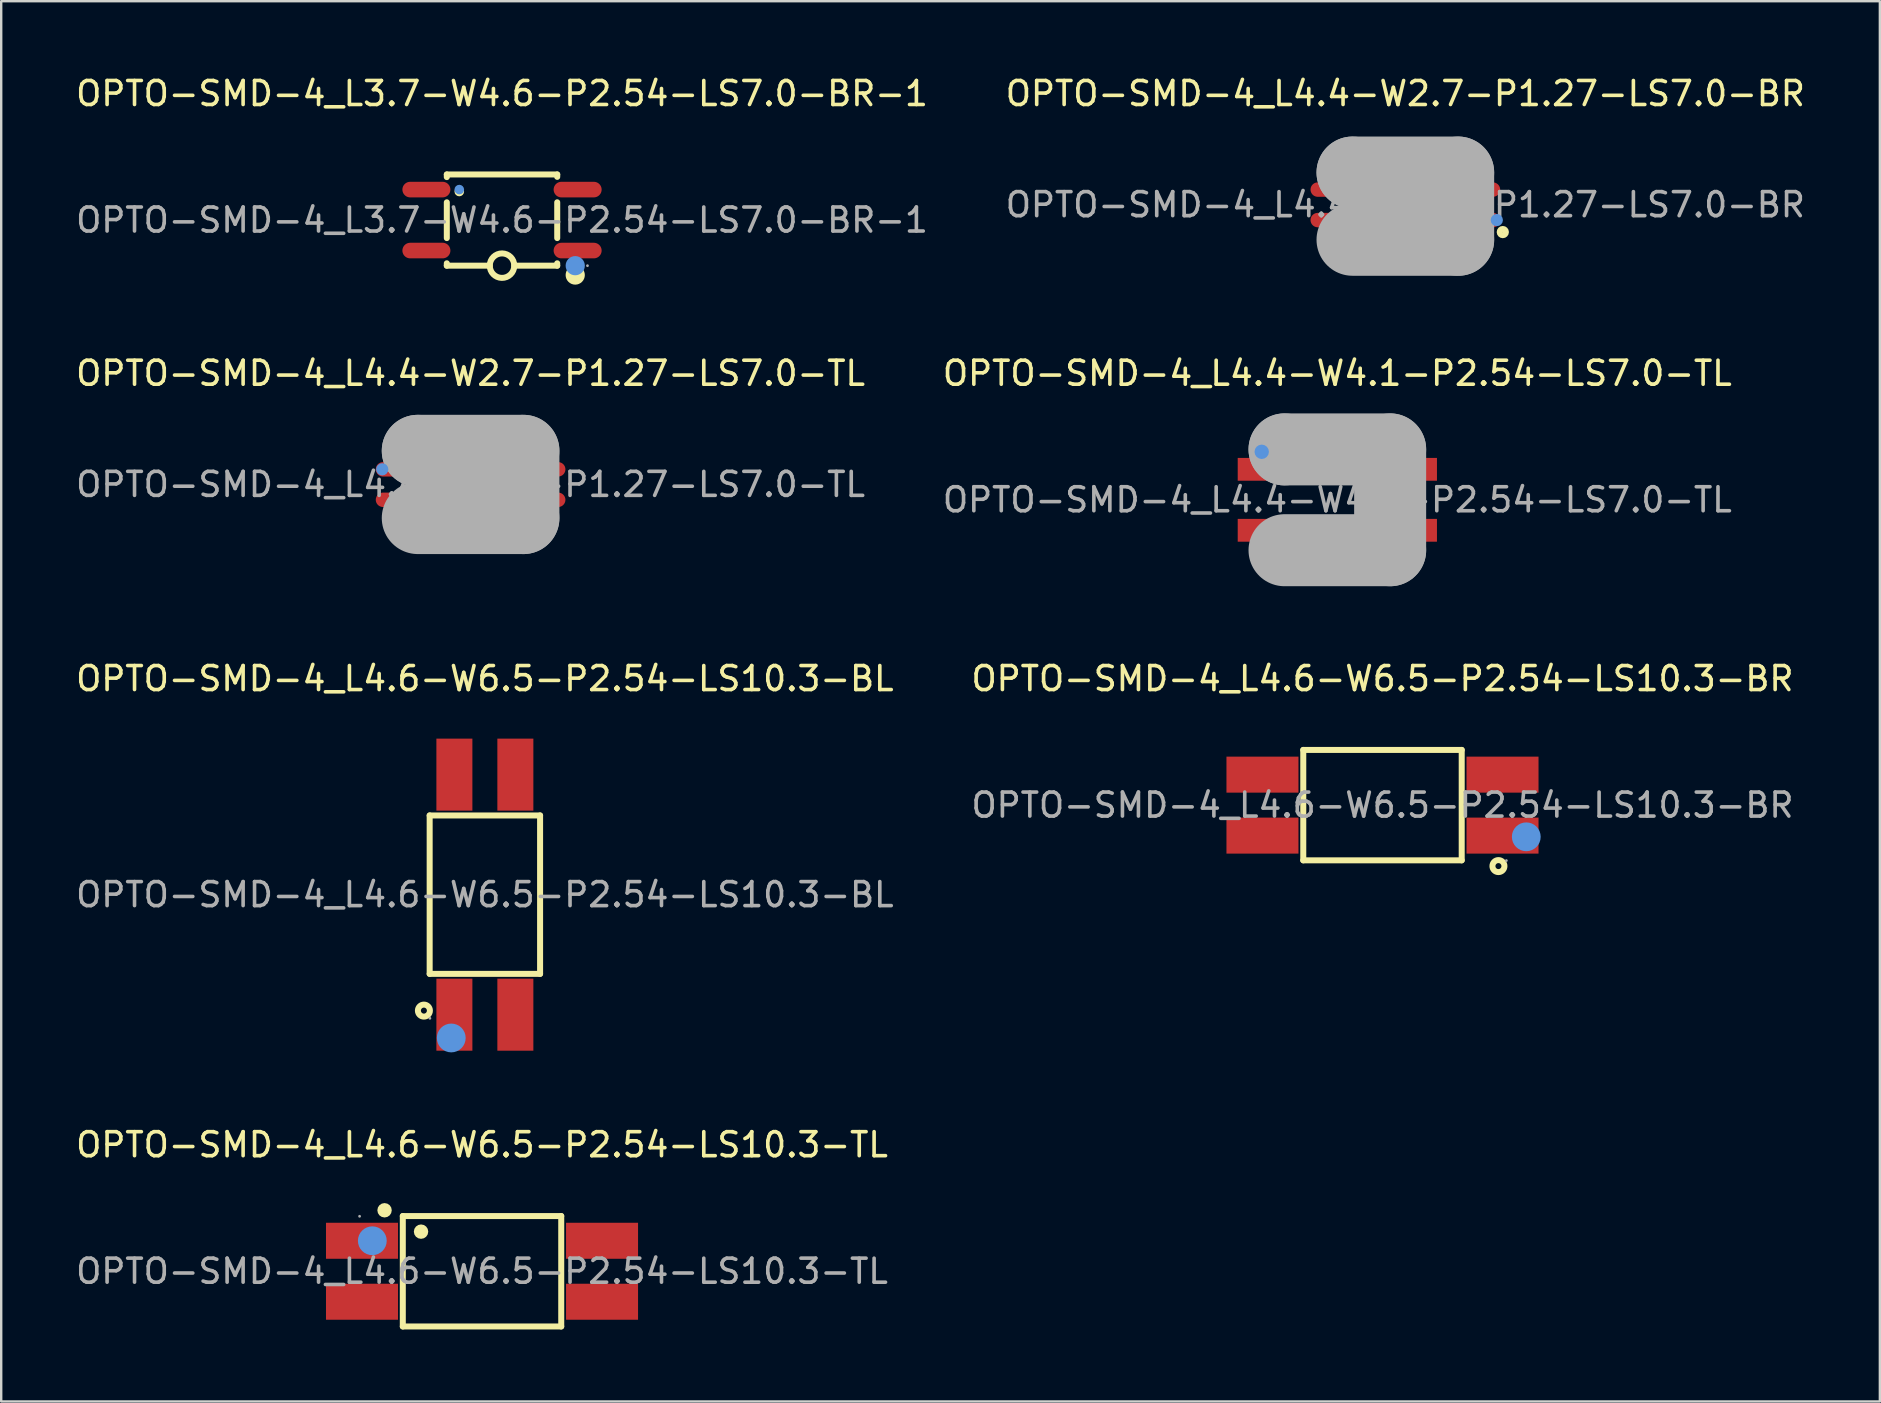
<source format=kicad_pcb>
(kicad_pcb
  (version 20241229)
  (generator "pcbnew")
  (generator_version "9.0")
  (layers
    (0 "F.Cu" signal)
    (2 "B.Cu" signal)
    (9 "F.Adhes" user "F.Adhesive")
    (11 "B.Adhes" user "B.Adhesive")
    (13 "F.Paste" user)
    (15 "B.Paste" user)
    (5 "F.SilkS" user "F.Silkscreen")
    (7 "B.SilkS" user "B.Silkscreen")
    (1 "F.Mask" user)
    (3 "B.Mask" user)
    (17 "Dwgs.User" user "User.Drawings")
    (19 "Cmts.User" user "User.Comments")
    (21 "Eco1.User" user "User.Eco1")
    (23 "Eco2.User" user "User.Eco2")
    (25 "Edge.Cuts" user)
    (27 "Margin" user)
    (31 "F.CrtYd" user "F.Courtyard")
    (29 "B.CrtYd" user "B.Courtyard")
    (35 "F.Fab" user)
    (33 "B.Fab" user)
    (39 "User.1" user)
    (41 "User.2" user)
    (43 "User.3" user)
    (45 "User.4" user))
  (footprint "OPTO-SMD-4_L4.6-W6.5-P2.54-LS10.3-BR"
    (layer "F.Cu")
    (at 54.542 30.49)
    (property "Reference" "OPTO-SMD-4_L4.6-W6.5-P2.54-LS10.3-BR" (at 0 -5.27 0) (layer "F.SilkS") (effects (font (size 1 1) (thickness 0.15))))
    (attr through_hole)
    (fp_line (start -3.3 -2.3) (end 3.3 -2.3) (stroke (width 0.25) (type solid)) (layer "F.SilkS"))
    (fp_line (start -3.3 2.3) (end -3.3 -2.3) (stroke (width 0.25) (type solid)) (layer "F.SilkS"))
    (fp_line (start 3.3 -2.3) (end 3.3 2.3) (stroke (width 0.25) (type solid)) (layer "F.SilkS"))
    (fp_line (start 3.3 2.3) (end -3.3 2.3) (stroke (width 0.25) (type solid)) (layer "F.SilkS"))
    (fp_circle (center 4.83 2.54) (end 5.08 2.54) (stroke (width 0.25) (type solid)) (fill no) (layer "F.SilkS"))
    (fp_circle (center 5.99 1.32) (end 6.29 1.32) (stroke (width 0.6) (type solid)) (fill no) (layer "Cmts.User"))
    (fp_circle (center 5.16 2.31) (end 5.19 2.31) (stroke (width 0.06) (type solid)) (fill no) (layer "F.Fab"))
    (fp_text user "${REFERENCE}" (at 0 0 0) (layer "F.Fab") (effects (font (size 1 1) (thickness 0.15))))
    (pad "1" smd rect (at 5 1.27 270) (size 1.5 3) (layers "F.Cu" "F.Mask" "F.Paste"))
    (pad "2" smd rect (at 5 -1.27 270) (size 1.5 3) (layers "F.Cu" "F.Mask" "F.Paste"))
    (pad "3" smd rect (at -5 -1.27 270) (size 1.5 3) (layers "F.Cu" "F.Mask" "F.Paste"))
    (pad "4" smd rect (at -5 1.27 270) (size 1.5 3) (layers "F.Cu" "F.Mask" "F.Paste")))
  (footprint "OPTO-SMD-4_L4.6-W6.5-P2.54-LS10.3-TL"
    (layer "F.Cu")
    (at 17.03 49.908)
    (property "Reference" "OPTO-SMD-4_L4.6-W6.5-P2.54-LS10.3-TL" (at 0 -5.27 0) (layer "F.SilkS") (effects (font (size 1 1) (thickness 0.15))))
    (attr through_hole)
    (fp_line (start -3.3 -2.3) (end 3.3 -2.3) (stroke (width 0.25) (type solid)) (layer "F.SilkS"))
    (fp_line (start -3.3 2.3) (end -3.3 -2.3) (stroke (width 0.25) (type solid)) (layer "F.SilkS"))
    (fp_line (start 3.3 -2.3) (end 3.3 2.3) (stroke (width 0.25) (type solid)) (layer "F.SilkS"))
    (fp_line (start 3.3 2.3) (end -3.3 2.3) (stroke (width 0.25) (type solid)) (layer "F.SilkS"))
    (fp_circle (center -4.06 -2.54) (end -3.91 -2.54) (stroke (width 0.3) (type solid)) (fill no) (layer "F.SilkS"))
    (fp_circle (center -2.54 -1.65) (end -2.39 -1.65) (stroke (width 0.3) (type solid)) (fill no) (layer "F.SilkS"))
    (fp_circle (center -4.57 -1.27) (end -4.27 -1.27) (stroke (width 0.6) (type solid)) (fill no) (layer "Cmts.User"))
    (fp_circle (center -5.1 -2.29) (end -5.07 -2.29) (stroke (width 0.06) (type solid)) (fill no) (layer "F.Fab"))
    (fp_text user "${REFERENCE}" (at 0 0 0) (layer "F.Fab") (effects (font (size 1 1) (thickness 0.15))))
    (pad "1" smd rect (at -5 -1.27 90) (size 1.5 3) (layers "F.Cu" "F.Mask" "F.Paste"))
    (pad "2" smd rect (at -5 1.27 90) (size 1.5 3) (layers "F.Cu" "F.Mask" "F.Paste"))
    (pad "3" smd rect (at 5 1.27 90) (size 1.5 3) (layers "F.Cu" "F.Mask" "F.Paste"))
    (pad "4" smd rect (at 5 -1.27 90) (size 1.5 3) (layers "F.Cu" "F.Mask" "F.Paste")))
  (footprint "OPTO-SMD-4_L4.6-W6.5-P2.54-LS10.3-BL"
    (layer "F.Cu")
    (at 17.149 34.22)
    (property "Reference" "OPTO-SMD-4_L4.6-W6.5-P2.54-LS10.3-BL" (at 0 -9 0) (layer "F.SilkS") (effects (font (size 1 1) (thickness 0.15))))
    (attr through_hole)
    (fp_line (start -2.3 -3.3) (end 2.3 -3.3) (stroke (width 0.25) (type solid)) (layer "F.SilkS"))
    (fp_line (start -2.3 3.3) (end -2.3 -3.3) (stroke (width 0.25) (type solid)) (layer "F.SilkS"))
    (fp_line (start 2.3 -3.3) (end 2.3 3.3) (stroke (width 0.25) (type solid)) (layer "F.SilkS"))
    (fp_line (start 2.3 3.3) (end -2.3 3.3) (stroke (width 0.25) (type solid)) (layer "F.SilkS"))
    (fp_circle (center -2.54 4.83) (end -2.29 4.83) (stroke (width 0.25) (type solid)) (fill no) (layer "F.SilkS"))
    (fp_circle (center -1.4 5.97) (end -1.1 5.97) (stroke (width 0.6) (type solid)) (fill no) (layer "Cmts.User"))
    (fp_circle (center -2.29 5.15) (end -2.26 5.15) (stroke (width 0.06) (type solid)) (fill no) (layer "F.Fab"))
    (fp_text user "${REFERENCE}" (at 0 0 0) (layer "F.Fab") (effects (font (size 1 1) (thickness 0.15))))
    (pad "1" smd rect (at -1.27 5 180) (size 1.5 3) (layers "F.Cu" "F.Mask" "F.Paste"))
    (pad "2" smd rect (at 1.27 5 180) (size 1.5 3) (layers "F.Cu" "F.Mask" "F.Paste"))
    (pad "3" smd rect (at 1.27 -5 180) (size 1.5 3) (layers "F.Cu" "F.Mask" "F.Paste"))
    (pad "4" smd rect (at -1.27 -5 180) (size 1.5 3) (layers "F.Cu" "F.Mask" "F.Paste")))
  (footprint "OPTO-SMD-4_L4.4-W2.7-P1.27-LS7.0-TL"
    (layer "F.Cu")
    (at 16.554 17.131)
    (property "Reference" "OPTO-SMD-4_L4.4-W2.7-P1.27-LS7.0-TL" (at 0 -4.63 0) (layer "F.SilkS") (effects (font (size 1 1) (thickness 0.15))))
    (attr through_hole)
    (fp_arc (start -0.84 -0.93) (mid -0.854988 -0.529812) (end -0.850027 -0.93025) (stroke (width 0.4) (type solid)) (layer "F.SilkS"))
    (fp_circle (center -3.68 -0.63) (end -3.55 -0.63) (stroke (width 0.25) (type solid)) (fill no) (layer "Cmts.User"))
    (fp_line (start -2.2 -1.4) (end -2.2 -1.4) (stroke (width 3) (type solid)) (layer "F.Fab"))
    (fp_line (start -2.2 -1.4) (end 2.2 -1.4) (stroke (width 3) (type solid)) (layer "F.Fab"))
    (fp_line (start 2.2 -1.4) (end 2.2 1.4) (stroke (width 3) (type solid)) (layer "F.Fab"))
    (fp_line (start 2.2 1.4) (end -2.2 1.4) (stroke (width 3) (type solid)) (layer "F.Fab"))
    (fp_circle (center -3.47 -1.32) (end -3.44 -1.32) (stroke (width 0.06) (type solid)) (fill no) (layer "F.Fab"))
    (fp_text user "${REFERENCE}" (at 0 0 0) (layer "F.Fab") (effects (font (size 1 1) (thickness 0.15))))
    (pad "1" smd oval (at -3.2 -0.63 90) (size 0.6 1.5) (layers "F.Cu" "F.Mask" "F.Paste"))
    (pad "2" smd oval (at -3.2 0.64 90) (size 0.6 1.5) (layers "F.Cu" "F.Mask" "F.Paste"))
    (pad "3" smd oval (at 3.2 0.64 90) (size 0.6 1.5) (layers "F.Cu" "F.Mask" "F.Paste"))
    (pad "4" smd oval (at 3.2 -0.63 90) (size 0.6 1.5) (layers "F.Cu" "F.Mask" "F.Paste")))
  (footprint "OPTO-SMD-4_L4.4-W4.1-P2.54-LS7.0-TL"
    (layer "F.Cu")
    (at 52.661 17.771)
    (property "Reference" "OPTO-SMD-4_L4.4-W4.1-P2.54-LS7.0-TL" (at 0 -5.27 0) (layer "F.SilkS") (effects (font (size 1 1) (thickness 0.15))))
    (attr through_hole)
    (fp_arc (start -1.65 -1.52) (mid -1.644991 -1.120063) (end -1.660014 -1.519749) (stroke (width 0.4) (type solid)) (layer "F.SilkS"))
    (fp_circle (center -3.15 -2) (end -3 -2) (stroke (width 0.3) (type solid)) (fill no) (layer "Cmts.User"))
    (fp_line (start -2.2 -2.1) (end -2.2 -2.1) (stroke (width 3) (type solid)) (layer "F.Fab"))
    (fp_line (start -2.2 -2.1) (end 2.2 -2.1) (stroke (width 3) (type solid)) (layer "F.Fab"))
    (fp_line (start 2.2 -2.1) (end 2.2 2.1) (stroke (width 3) (type solid)) (layer "F.Fab"))
    (fp_line (start 2.2 2.1) (end -2.2 2.1) (stroke (width 3) (type solid)) (layer "F.Fab"))
    (fp_circle (center -3.47 -1.92) (end -3.44 -1.92) (stroke (width 0.06) (type solid)) (fill no) (layer "F.Fab"))
    (fp_text user "${REFERENCE}" (at 0 0 0) (layer "F.Fab") (effects (font (size 1 1) (thickness 0.15))))
    (pad "1" smd rect (at -3.3 -1.27) (size 1.7 0.95) (layers "F.Cu" "F.Mask" "F.Paste"))
    (pad "2" smd rect (at -3.3 1.27) (size 1.7 0.95) (layers "F.Cu" "F.Mask" "F.Paste"))
    (pad "3" smd rect (at 3.3 1.27) (size 1.7 0.95) (layers "F.Cu" "F.Mask" "F.Paste"))
    (pad "4" smd rect (at 3.3 -1.27) (size 1.7 0.95) (layers "F.Cu" "F.Mask" "F.Paste")))
  (footprint "OPTO-SMD-4_L4.4-W2.7-P1.27-LS7.0-BR"
    (layer "F.Cu")
    (at 55.494 5.478)
    (property "Reference" "OPTO-SMD-4_L4.4-W2.7-P1.27-LS7.0-BR" (at 0 -4.63 0) (layer "F.SilkS") (effects (font (size 1 1) (thickness 0.15))))
    (attr through_hole)
    (fp_arc (start 1.51 1.02) (mid 1.524988 0.619812) (end 1.520027 1.02025) (stroke (width 0.4) (type solid)) (layer "F.SilkS"))
    (fp_circle (center 4.06 1.14) (end 4.19 1.14) (stroke (width 0.25) (type solid)) (fill no) (layer "F.SilkS"))
    (fp_circle (center 3.81 0.64) (end 3.94 0.64) (stroke (width 0.25) (type solid)) (fill no) (layer "Cmts.User"))
    (fp_line (start -2.2 -1.34) (end -2.2 -1.34) (stroke (width 3) (type solid)) (layer "F.Fab"))
    (fp_line (start -2.2 -1.34) (end 2.2 -1.34) (stroke (width 3) (type solid)) (layer "F.Fab"))
    (fp_line (start 2.2 -1.34) (end 2.2 1.46) (stroke (width 3) (type solid)) (layer "F.Fab"))
    (fp_line (start 2.2 1.46) (end -2.2 1.46) (stroke (width 3) (type solid)) (layer "F.Fab"))
    (fp_circle (center 3.47 1.32) (end 3.5 1.32) (stroke (width 0.06) (type solid)) (fill no) (layer "F.Fab"))
    (fp_text user "${REFERENCE}" (at 0 0 0) (layer "F.Fab") (effects (font (size 1 1) (thickness 0.15))))
    (pad "1" smd oval (at 3.2 0.64 270) (size 0.6 1.5) (layers "F.Cu" "F.Mask" "F.Paste"))
    (pad "2" smd oval (at 3.2 -0.63 270) (size 0.6 1.5) (layers "F.Cu" "F.Mask" "F.Paste"))
    (pad "3" smd oval (at -3.2 -0.63 270) (size 0.6 1.5) (layers "F.Cu" "F.Mask" "F.Paste"))
    (pad "4" smd oval (at -3.2 0.64 270) (size 0.6 1.5) (layers "F.Cu" "F.Mask" "F.Paste")))
  (footprint "OPTO-SMD-4_L3.7-W4.6-P2.54-LS7.0-BR-1"
    (layer "F.Cu")
    (at 17.863 6.118)
    (property "Reference" "OPTO-SMD-4_L3.7-W4.6-P2.54-LS7.0-BR-1" (at 0 -5.27 0) (layer "F.SilkS") (effects (font (size 1 1) (thickness 0.15))))
    (attr through_hole)
    (fp_line (start -2.3 -1.9) (end 2.3 -1.9) (stroke (width 0.25) (type solid)) (layer "F.SilkS"))
    (fp_line (start -2.3 -1.79) (end -2.3 -1.9) (stroke (width 0.25) (type solid)) (layer "F.SilkS"))
    (fp_line (start -2.3 0.75) (end -2.3 -0.74) (stroke (width 0.25) (type solid)) (layer "F.SilkS"))
    (fp_line (start -2.3 1.9) (end -2.3 1.8) (stroke (width 0.25) (type solid)) (layer "F.SilkS"))
    (fp_line (start -2.3 1.9) (end -0.51 1.9) (stroke (width 0.25) (type solid)) (layer "F.SilkS"))
    (fp_line (start 2.3 -1.8) (end 2.3 -1.9) (stroke (width 0.25) (type solid)) (layer "F.SilkS"))
    (fp_line (start 2.3 0.75) (end 2.3 -0.74) (stroke (width 0.25) (type solid)) (layer "F.SilkS"))
    (fp_line (start 2.3 1.9) (end 0.51 1.9) (stroke (width 0.25) (type solid)) (layer "F.SilkS"))
    (fp_line (start 2.3 1.9) (end 2.3 1.8) (stroke (width 0.25) (type solid)) (layer "F.SilkS"))
    (fp_arc (start -1.78 -1.19) (mid -1.78 -1.19) (end -1.78 -1.19) (stroke (width 0.2) (type solid)) (layer "F.SilkS"))
    (fp_arc (start 0.509922 1.908901) (mid -0.50998 1.895549) (end 0.51 1.9) (stroke (width 0.25) (type solid)) (layer "F.SilkS"))
    (fp_arc (start 3.05 2.29) (mid 3.05 2.29) (end 3.05 2.29) (stroke (width 0.4) (type solid)) (layer "F.SilkS"))
    (fp_circle (center -1.78 -1.27) (end -1.68 -1.27) (stroke (width 0.2) (type solid)) (fill no) (layer "Cmts.User"))
    (fp_circle (center 3.05 1.9) (end 3.25 1.9) (stroke (width 0.4) (type solid)) (fill no) (layer "Cmts.User"))
    (fp_circle (center 3.56 1.9) (end 3.59 1.9) (stroke (width 0.06) (type solid)) (fill no) (layer "F.Fab"))
    (fp_text user "${REFERENCE}" (at 0 0 0) (layer "F.Fab") (effects (font (size 1 1) (thickness 0.15))))
    (pad "1" smd oval (at 3.15 1.27 270) (size 0.65 2) (layers "F.Cu" "F.Mask" "F.Paste"))
    (pad "3" smd oval (at 3.15 -1.27 270) (size 0.65 2) (layers "F.Cu" "F.Mask" "F.Paste"))
    (pad "4" smd oval (at -3.15 -1.27 270) (size 0.65 2) (layers "F.Cu" "F.Mask" "F.Paste"))
    (pad "6" smd oval (at -3.15 1.27 270) (size 0.65 2) (layers "F.Cu" "F.Mask" "F.Paste")))
  (gr_rect
    (start -3 -3)
    (end 75.262 55.333)
    (stroke (width 0.1) (type default))
    (fill no)
    (layer "Edge.Cuts")))
</source>
